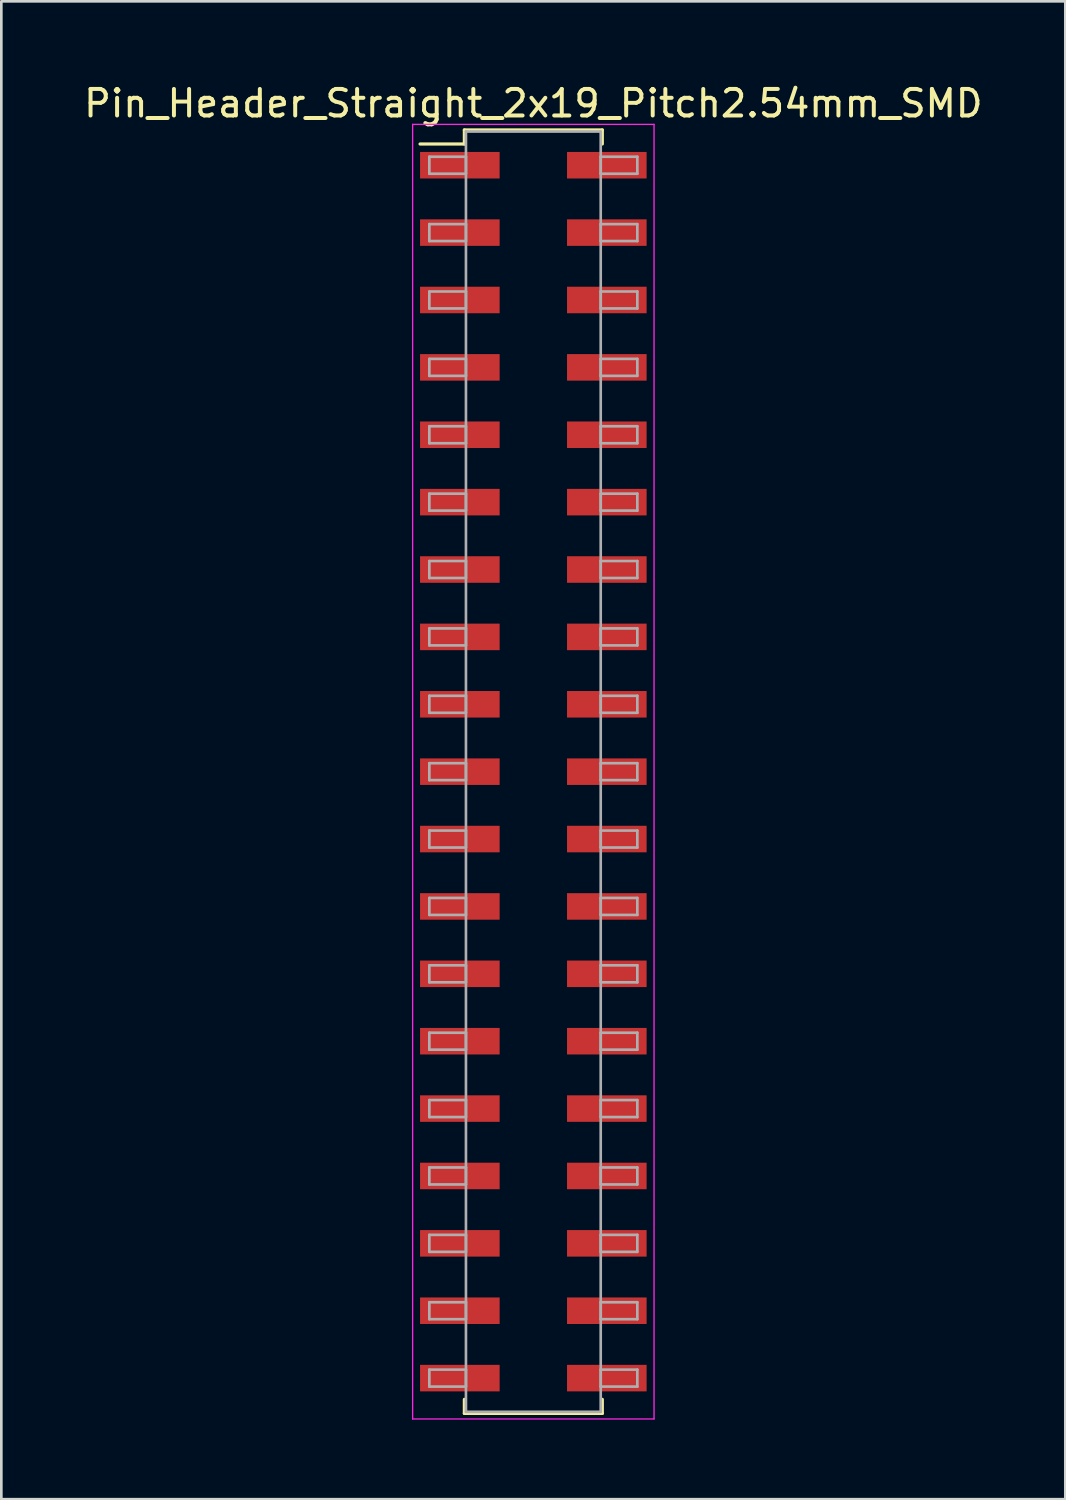
<source format=kicad_pcb>
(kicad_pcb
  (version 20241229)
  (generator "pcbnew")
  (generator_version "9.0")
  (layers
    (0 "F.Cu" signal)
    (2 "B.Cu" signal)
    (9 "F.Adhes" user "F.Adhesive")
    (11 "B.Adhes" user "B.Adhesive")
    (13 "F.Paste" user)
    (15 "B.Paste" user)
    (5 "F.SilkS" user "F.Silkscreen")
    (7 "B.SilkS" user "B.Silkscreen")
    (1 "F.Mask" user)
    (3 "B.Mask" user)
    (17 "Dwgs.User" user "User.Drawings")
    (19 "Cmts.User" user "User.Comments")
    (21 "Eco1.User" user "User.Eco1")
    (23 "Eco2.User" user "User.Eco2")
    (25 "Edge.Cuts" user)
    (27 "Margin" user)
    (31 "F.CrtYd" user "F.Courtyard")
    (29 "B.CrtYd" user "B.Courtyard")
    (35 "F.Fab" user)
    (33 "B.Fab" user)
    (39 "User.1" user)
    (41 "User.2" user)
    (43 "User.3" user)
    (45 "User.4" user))
  (footprint "Pin_Header_Straight_2x19_Pitch2.54mm_SMD"
    (layer "F.Cu")
    (at 17.054 26.038)
    (property "Reference" "Pin_Header_Straight_2x19_Pitch2.54mm_SMD" (at 0 -25.19 0) (layer "F.SilkS") (effects (font (size 1 1) (thickness 0.15))))
    (attr smd)
    (fp_line (start -4.27 -23.66) (end -2.6 -23.66) (stroke (width 0.12) (type solid)) (layer "F.SilkS"))
    (fp_line (start -2.6 -24.19) (end 2.6 -24.19) (stroke (width 0.12) (type solid)) (layer "F.SilkS"))
    (fp_line (start -2.6 -23.66) (end -2.6 -24.19) (stroke (width 0.12) (type solid)) (layer "F.SilkS"))
    (fp_line (start -2.6 23.66) (end -2.6 24.19) (stroke (width 0.12) (type solid)) (layer "F.SilkS"))
    (fp_line (start -2.6 24.19) (end 2.6 24.19) (stroke (width 0.12) (type solid)) (layer "F.SilkS"))
    (fp_line (start 2.6 -24.19) (end 2.6 -23.66) (stroke (width 0.12) (type solid)) (layer "F.SilkS"))
    (fp_line (start 2.6 24.19) (end 2.6 23.66) (stroke (width 0.12) (type solid)) (layer "F.SilkS"))
    (fp_line (start -4.55 -24.4) (end -4.55 24.4) (stroke (width 0.05) (type solid)) (layer "F.CrtYd"))
    (fp_line (start -4.55 24.4) (end 4.55 24.4) (stroke (width 0.05) (type solid)) (layer "F.CrtYd"))
    (fp_line (start 4.55 -24.4) (end -4.55 -24.4) (stroke (width 0.05) (type solid)) (layer "F.CrtYd"))
    (fp_line (start 4.55 24.4) (end 4.55 -24.4) (stroke (width 0.05) (type solid)) (layer "F.CrtYd"))
    (fp_line (start -3.92 -23.18) (end -2.54 -23.18) (stroke (width 0.1) (type solid)) (layer "F.Fab"))
    (fp_line (start -3.92 -22.54) (end -3.92 -23.18) (stroke (width 0.1) (type solid)) (layer "F.Fab"))
    (fp_line (start -3.92 -20.64) (end -2.54 -20.64) (stroke (width 0.1) (type solid)) (layer "F.Fab"))
    (fp_line (start -3.92 -20) (end -3.92 -20.64) (stroke (width 0.1) (type solid)) (layer "F.Fab"))
    (fp_line (start -3.92 -18.1) (end -2.54 -18.1) (stroke (width 0.1) (type solid)) (layer "F.Fab"))
    (fp_line (start -3.92 -17.46) (end -3.92 -18.1) (stroke (width 0.1) (type solid)) (layer "F.Fab"))
    (fp_line (start -3.92 -15.56) (end -2.54 -15.56) (stroke (width 0.1) (type solid)) (layer "F.Fab"))
    (fp_line (start -3.92 -14.92) (end -3.92 -15.56) (stroke (width 0.1) (type solid)) (layer "F.Fab"))
    (fp_line (start -3.92 -13.02) (end -2.54 -13.02) (stroke (width 0.1) (type solid)) (layer "F.Fab"))
    (fp_line (start -3.92 -12.38) (end -3.92 -13.02) (stroke (width 0.1) (type solid)) (layer "F.Fab"))
    (fp_line (start -3.92 -10.48) (end -2.54 -10.48) (stroke (width 0.1) (type solid)) (layer "F.Fab"))
    (fp_line (start -3.92 -9.84) (end -3.92 -10.48) (stroke (width 0.1) (type solid)) (layer "F.Fab"))
    (fp_line (start -3.92 -7.94) (end -2.54 -7.94) (stroke (width 0.1) (type solid)) (layer "F.Fab"))
    (fp_line (start -3.92 -7.3) (end -3.92 -7.94) (stroke (width 0.1) (type solid)) (layer "F.Fab"))
    (fp_line (start -3.92 -5.4) (end -2.54 -5.4) (stroke (width 0.1) (type solid)) (layer "F.Fab"))
    (fp_line (start -3.92 -4.76) (end -3.92 -5.4) (stroke (width 0.1) (type solid)) (layer "F.Fab"))
    (fp_line (start -3.92 -2.86) (end -2.54 -2.86) (stroke (width 0.1) (type solid)) (layer "F.Fab"))
    (fp_line (start -3.92 -2.22) (end -3.92 -2.86) (stroke (width 0.1) (type solid)) (layer "F.Fab"))
    (fp_line (start -3.92 -0.32) (end -2.54 -0.32) (stroke (width 0.1) (type solid)) (layer "F.Fab"))
    (fp_line (start -3.92 0.32) (end -3.92 -0.32) (stroke (width 0.1) (type solid)) (layer "F.Fab"))
    (fp_line (start -3.92 2.22) (end -2.54 2.22) (stroke (width 0.1) (type solid)) (layer "F.Fab"))
    (fp_line (start -3.92 2.86) (end -3.92 2.22) (stroke (width 0.1) (type solid)) (layer "F.Fab"))
    (fp_line (start -3.92 4.76) (end -2.54 4.76) (stroke (width 0.1) (type solid)) (layer "F.Fab"))
    (fp_line (start -3.92 5.4) (end -3.92 4.76) (stroke (width 0.1) (type solid)) (layer "F.Fab"))
    (fp_line (start -3.92 7.3) (end -2.54 7.3) (stroke (width 0.1) (type solid)) (layer "F.Fab"))
    (fp_line (start -3.92 7.94) (end -3.92 7.3) (stroke (width 0.1) (type solid)) (layer "F.Fab"))
    (fp_line (start -3.92 9.84) (end -2.54 9.84) (stroke (width 0.1) (type solid)) (layer "F.Fab"))
    (fp_line (start -3.92 10.48) (end -3.92 9.84) (stroke (width 0.1) (type solid)) (layer "F.Fab"))
    (fp_line (start -3.92 12.38) (end -2.54 12.38) (stroke (width 0.1) (type solid)) (layer "F.Fab"))
    (fp_line (start -3.92 13.02) (end -3.92 12.38) (stroke (width 0.1) (type solid)) (layer "F.Fab"))
    (fp_line (start -3.92 14.92) (end -2.54 14.92) (stroke (width 0.1) (type solid)) (layer "F.Fab"))
    (fp_line (start -3.92 15.56) (end -3.92 14.92) (stroke (width 0.1) (type solid)) (layer "F.Fab"))
    (fp_line (start -3.92 17.46) (end -2.54 17.46) (stroke (width 0.1) (type solid)) (layer "F.Fab"))
    (fp_line (start -3.92 18.1) (end -3.92 17.46) (stroke (width 0.1) (type solid)) (layer "F.Fab"))
    (fp_line (start -3.92 20) (end -2.54 20) (stroke (width 0.1) (type solid)) (layer "F.Fab"))
    (fp_line (start -3.92 20.64) (end -3.92 20) (stroke (width 0.1) (type solid)) (layer "F.Fab"))
    (fp_line (start -3.92 22.54) (end -2.54 22.54) (stroke (width 0.1) (type solid)) (layer "F.Fab"))
    (fp_line (start -3.92 23.18) (end -3.92 22.54) (stroke (width 0.1) (type solid)) (layer "F.Fab"))
    (fp_line (start -2.54 -24.13) (end -2.54 24.13) (stroke (width 0.1) (type solid)) (layer "F.Fab"))
    (fp_line (start -2.54 -23.18) (end -2.54 -22.54) (stroke (width 0.1) (type solid)) (layer "F.Fab"))
    (fp_line (start -2.54 -22.54) (end -3.92 -22.54) (stroke (width 0.1) (type solid)) (layer "F.Fab"))
    (fp_line (start -2.54 -20.64) (end -2.54 -20) (stroke (width 0.1) (type solid)) (layer "F.Fab"))
    (fp_line (start -2.54 -20) (end -3.92 -20) (stroke (width 0.1) (type solid)) (layer "F.Fab"))
    (fp_line (start -2.54 -18.1) (end -2.54 -17.46) (stroke (width 0.1) (type solid)) (layer "F.Fab"))
    (fp_line (start -2.54 -17.46) (end -3.92 -17.46) (stroke (width 0.1) (type solid)) (layer "F.Fab"))
    (fp_line (start -2.54 -15.56) (end -2.54 -14.92) (stroke (width 0.1) (type solid)) (layer "F.Fab"))
    (fp_line (start -2.54 -14.92) (end -3.92 -14.92) (stroke (width 0.1) (type solid)) (layer "F.Fab"))
    (fp_line (start -2.54 -13.02) (end -2.54 -12.38) (stroke (width 0.1) (type solid)) (layer "F.Fab"))
    (fp_line (start -2.54 -12.38) (end -3.92 -12.38) (stroke (width 0.1) (type solid)) (layer "F.Fab"))
    (fp_line (start -2.54 -10.48) (end -2.54 -9.84) (stroke (width 0.1) (type solid)) (layer "F.Fab"))
    (fp_line (start -2.54 -9.84) (end -3.92 -9.84) (stroke (width 0.1) (type solid)) (layer "F.Fab"))
    (fp_line (start -2.54 -7.94) (end -2.54 -7.3) (stroke (width 0.1) (type solid)) (layer "F.Fab"))
    (fp_line (start -2.54 -7.3) (end -3.92 -7.3) (stroke (width 0.1) (type solid)) (layer "F.Fab"))
    (fp_line (start -2.54 -5.4) (end -2.54 -4.76) (stroke (width 0.1) (type solid)) (layer "F.Fab"))
    (fp_line (start -2.54 -4.76) (end -3.92 -4.76) (stroke (width 0.1) (type solid)) (layer "F.Fab"))
    (fp_line (start -2.54 -2.86) (end -2.54 -2.22) (stroke (width 0.1) (type solid)) (layer "F.Fab"))
    (fp_line (start -2.54 -2.22) (end -3.92 -2.22) (stroke (width 0.1) (type solid)) (layer "F.Fab"))
    (fp_line (start -2.54 -0.32) (end -2.54 0.32) (stroke (width 0.1) (type solid)) (layer "F.Fab"))
    (fp_line (start -2.54 0.32) (end -3.92 0.32) (stroke (width 0.1) (type solid)) (layer "F.Fab"))
    (fp_line (start -2.54 2.22) (end -2.54 2.86) (stroke (width 0.1) (type solid)) (layer "F.Fab"))
    (fp_line (start -2.54 2.86) (end -3.92 2.86) (stroke (width 0.1) (type solid)) (layer "F.Fab"))
    (fp_line (start -2.54 4.76) (end -2.54 5.4) (stroke (width 0.1) (type solid)) (layer "F.Fab"))
    (fp_line (start -2.54 5.4) (end -3.92 5.4) (stroke (width 0.1) (type solid)) (layer "F.Fab"))
    (fp_line (start -2.54 7.3) (end -2.54 7.94) (stroke (width 0.1) (type solid)) (layer "F.Fab"))
    (fp_line (start -2.54 7.94) (end -3.92 7.94) (stroke (width 0.1) (type solid)) (layer "F.Fab"))
    (fp_line (start -2.54 9.84) (end -2.54 10.48) (stroke (width 0.1) (type solid)) (layer "F.Fab"))
    (fp_line (start -2.54 10.48) (end -3.92 10.48) (stroke (width 0.1) (type solid)) (layer "F.Fab"))
    (fp_line (start -2.54 12.38) (end -2.54 13.02) (stroke (width 0.1) (type solid)) (layer "F.Fab"))
    (fp_line (start -2.54 13.02) (end -3.92 13.02) (stroke (width 0.1) (type solid)) (layer "F.Fab"))
    (fp_line (start -2.54 14.92) (end -2.54 15.56) (stroke (width 0.1) (type solid)) (layer "F.Fab"))
    (fp_line (start -2.54 15.56) (end -3.92 15.56) (stroke (width 0.1) (type solid)) (layer "F.Fab"))
    (fp_line (start -2.54 17.46) (end -2.54 18.1) (stroke (width 0.1) (type solid)) (layer "F.Fab"))
    (fp_line (start -2.54 18.1) (end -3.92 18.1) (stroke (width 0.1) (type solid)) (layer "F.Fab"))
    (fp_line (start -2.54 20) (end -2.54 20.64) (stroke (width 0.1) (type solid)) (layer "F.Fab"))
    (fp_line (start -2.54 20.64) (end -3.92 20.64) (stroke (width 0.1) (type solid)) (layer "F.Fab"))
    (fp_line (start -2.54 22.54) (end -2.54 23.18) (stroke (width 0.1) (type solid)) (layer "F.Fab"))
    (fp_line (start -2.54 23.18) (end -3.92 23.18) (stroke (width 0.1) (type solid)) (layer "F.Fab"))
    (fp_line (start -2.54 24.13) (end 2.54 24.13) (stroke (width 0.1) (type solid)) (layer "F.Fab"))
    (fp_line (start 2.54 -24.13) (end -2.54 -24.13) (stroke (width 0.1) (type solid)) (layer "F.Fab"))
    (fp_line (start 2.54 -23.18) (end 2.54 -22.54) (stroke (width 0.1) (type solid)) (layer "F.Fab"))
    (fp_line (start 2.54 -22.54) (end 3.92 -22.54) (stroke (width 0.1) (type solid)) (layer "F.Fab"))
    (fp_line (start 2.54 -20.64) (end 2.54 -20) (stroke (width 0.1) (type solid)) (layer "F.Fab"))
    (fp_line (start 2.54 -20) (end 3.92 -20) (stroke (width 0.1) (type solid)) (layer "F.Fab"))
    (fp_line (start 2.54 -18.1) (end 2.54 -17.46) (stroke (width 0.1) (type solid)) (layer "F.Fab"))
    (fp_line (start 2.54 -17.46) (end 3.92 -17.46) (stroke (width 0.1) (type solid)) (layer "F.Fab"))
    (fp_line (start 2.54 -15.56) (end 2.54 -14.92) (stroke (width 0.1) (type solid)) (layer "F.Fab"))
    (fp_line (start 2.54 -14.92) (end 3.92 -14.92) (stroke (width 0.1) (type solid)) (layer "F.Fab"))
    (fp_line (start 2.54 -13.02) (end 2.54 -12.38) (stroke (width 0.1) (type solid)) (layer "F.Fab"))
    (fp_line (start 2.54 -12.38) (end 3.92 -12.38) (stroke (width 0.1) (type solid)) (layer "F.Fab"))
    (fp_line (start 2.54 -10.48) (end 2.54 -9.84) (stroke (width 0.1) (type solid)) (layer "F.Fab"))
    (fp_line (start 2.54 -9.84) (end 3.92 -9.84) (stroke (width 0.1) (type solid)) (layer "F.Fab"))
    (fp_line (start 2.54 -7.94) (end 2.54 -7.3) (stroke (width 0.1) (type solid)) (layer "F.Fab"))
    (fp_line (start 2.54 -7.3) (end 3.92 -7.3) (stroke (width 0.1) (type solid)) (layer "F.Fab"))
    (fp_line (start 2.54 -5.4) (end 2.54 -4.76) (stroke (width 0.1) (type solid)) (layer "F.Fab"))
    (fp_line (start 2.54 -4.76) (end 3.92 -4.76) (stroke (width 0.1) (type solid)) (layer "F.Fab"))
    (fp_line (start 2.54 -2.86) (end 2.54 -2.22) (stroke (width 0.1) (type solid)) (layer "F.Fab"))
    (fp_line (start 2.54 -2.22) (end 3.92 -2.22) (stroke (width 0.1) (type solid)) (layer "F.Fab"))
    (fp_line (start 2.54 -0.32) (end 2.54 0.32) (stroke (width 0.1) (type solid)) (layer "F.Fab"))
    (fp_line (start 2.54 0.32) (end 3.92 0.32) (stroke (width 0.1) (type solid)) (layer "F.Fab"))
    (fp_line (start 2.54 2.22) (end 2.54 2.86) (stroke (width 0.1) (type solid)) (layer "F.Fab"))
    (fp_line (start 2.54 2.86) (end 3.92 2.86) (stroke (width 0.1) (type solid)) (layer "F.Fab"))
    (fp_line (start 2.54 4.76) (end 2.54 5.4) (stroke (width 0.1) (type solid)) (layer "F.Fab"))
    (fp_line (start 2.54 5.4) (end 3.92 5.4) (stroke (width 0.1) (type solid)) (layer "F.Fab"))
    (fp_line (start 2.54 7.3) (end 2.54 7.94) (stroke (width 0.1) (type solid)) (layer "F.Fab"))
    (fp_line (start 2.54 7.94) (end 3.92 7.94) (stroke (width 0.1) (type solid)) (layer "F.Fab"))
    (fp_line (start 2.54 9.84) (end 2.54 10.48) (stroke (width 0.1) (type solid)) (layer "F.Fab"))
    (fp_line (start 2.54 10.48) (end 3.92 10.48) (stroke (width 0.1) (type solid)) (layer "F.Fab"))
    (fp_line (start 2.54 12.38) (end 2.54 13.02) (stroke (width 0.1) (type solid)) (layer "F.Fab"))
    (fp_line (start 2.54 13.02) (end 3.92 13.02) (stroke (width 0.1) (type solid)) (layer "F.Fab"))
    (fp_line (start 2.54 14.92) (end 2.54 15.56) (stroke (width 0.1) (type solid)) (layer "F.Fab"))
    (fp_line (start 2.54 15.56) (end 3.92 15.56) (stroke (width 0.1) (type solid)) (layer "F.Fab"))
    (fp_line (start 2.54 17.46) (end 2.54 18.1) (stroke (width 0.1) (type solid)) (layer "F.Fab"))
    (fp_line (start 2.54 18.1) (end 3.92 18.1) (stroke (width 0.1) (type solid)) (layer "F.Fab"))
    (fp_line (start 2.54 20) (end 2.54 20.64) (stroke (width 0.1) (type solid)) (layer "F.Fab"))
    (fp_line (start 2.54 20.64) (end 3.92 20.64) (stroke (width 0.1) (type solid)) (layer "F.Fab"))
    (fp_line (start 2.54 22.54) (end 2.54 23.18) (stroke (width 0.1) (type solid)) (layer "F.Fab"))
    (fp_line (start 2.54 23.18) (end 3.92 23.18) (stroke (width 0.1) (type solid)) (layer "F.Fab"))
    (fp_line (start 2.54 24.13) (end 2.54 -24.13) (stroke (width 0.1) (type solid)) (layer "F.Fab"))
    (fp_line (start 3.92 -23.18) (end 2.54 -23.18) (stroke (width 0.1) (type solid)) (layer "F.Fab"))
    (fp_line (start 3.92 -22.54) (end 3.92 -23.18) (stroke (width 0.1) (type solid)) (layer "F.Fab"))
    (fp_line (start 3.92 -20.64) (end 2.54 -20.64) (stroke (width 0.1) (type solid)) (layer "F.Fab"))
    (fp_line (start 3.92 -20) (end 3.92 -20.64) (stroke (width 0.1) (type solid)) (layer "F.Fab"))
    (fp_line (start 3.92 -18.1) (end 2.54 -18.1) (stroke (width 0.1) (type solid)) (layer "F.Fab"))
    (fp_line (start 3.92 -17.46) (end 3.92 -18.1) (stroke (width 0.1) (type solid)) (layer "F.Fab"))
    (fp_line (start 3.92 -15.56) (end 2.54 -15.56) (stroke (width 0.1) (type solid)) (layer "F.Fab"))
    (fp_line (start 3.92 -14.92) (end 3.92 -15.56) (stroke (width 0.1) (type solid)) (layer "F.Fab"))
    (fp_line (start 3.92 -13.02) (end 2.54 -13.02) (stroke (width 0.1) (type solid)) (layer "F.Fab"))
    (fp_line (start 3.92 -12.38) (end 3.92 -13.02) (stroke (width 0.1) (type solid)) (layer "F.Fab"))
    (fp_line (start 3.92 -10.48) (end 2.54 -10.48) (stroke (width 0.1) (type solid)) (layer "F.Fab"))
    (fp_line (start 3.92 -9.84) (end 3.92 -10.48) (stroke (width 0.1) (type solid)) (layer "F.Fab"))
    (fp_line (start 3.92 -7.94) (end 2.54 -7.94) (stroke (width 0.1) (type solid)) (layer "F.Fab"))
    (fp_line (start 3.92 -7.3) (end 3.92 -7.94) (stroke (width 0.1) (type solid)) (layer "F.Fab"))
    (fp_line (start 3.92 -5.4) (end 2.54 -5.4) (stroke (width 0.1) (type solid)) (layer "F.Fab"))
    (fp_line (start 3.92 -4.76) (end 3.92 -5.4) (stroke (width 0.1) (type solid)) (layer "F.Fab"))
    (fp_line (start 3.92 -2.86) (end 2.54 -2.86) (stroke (width 0.1) (type solid)) (layer "F.Fab"))
    (fp_line (start 3.92 -2.22) (end 3.92 -2.86) (stroke (width 0.1) (type solid)) (layer "F.Fab"))
    (fp_line (start 3.92 -0.32) (end 2.54 -0.32) (stroke (width 0.1) (type solid)) (layer "F.Fab"))
    (fp_line (start 3.92 0.32) (end 3.92 -0.32) (stroke (width 0.1) (type solid)) (layer "F.Fab"))
    (fp_line (start 3.92 2.22) (end 2.54 2.22) (stroke (width 0.1) (type solid)) (layer "F.Fab"))
    (fp_line (start 3.92 2.86) (end 3.92 2.22) (stroke (width 0.1) (type solid)) (layer "F.Fab"))
    (fp_line (start 3.92 4.76) (end 2.54 4.76) (stroke (width 0.1) (type solid)) (layer "F.Fab"))
    (fp_line (start 3.92 5.4) (end 3.92 4.76) (stroke (width 0.1) (type solid)) (layer "F.Fab"))
    (fp_line (start 3.92 7.3) (end 2.54 7.3) (stroke (width 0.1) (type solid)) (layer "F.Fab"))
    (fp_line (start 3.92 7.94) (end 3.92 7.3) (stroke (width 0.1) (type solid)) (layer "F.Fab"))
    (fp_line (start 3.92 9.84) (end 2.54 9.84) (stroke (width 0.1) (type solid)) (layer "F.Fab"))
    (fp_line (start 3.92 10.48) (end 3.92 9.84) (stroke (width 0.1) (type solid)) (layer "F.Fab"))
    (fp_line (start 3.92 12.38) (end 2.54 12.38) (stroke (width 0.1) (type solid)) (layer "F.Fab"))
    (fp_line (start 3.92 13.02) (end 3.92 12.38) (stroke (width 0.1) (type solid)) (layer "F.Fab"))
    (fp_line (start 3.92 14.92) (end 2.54 14.92) (stroke (width 0.1) (type solid)) (layer "F.Fab"))
    (fp_line (start 3.92 15.56) (end 3.92 14.92) (stroke (width 0.1) (type solid)) (layer "F.Fab"))
    (fp_line (start 3.92 17.46) (end 2.54 17.46) (stroke (width 0.1) (type solid)) (layer "F.Fab"))
    (fp_line (start 3.92 18.1) (end 3.92 17.46) (stroke (width 0.1) (type solid)) (layer "F.Fab"))
    (fp_line (start 3.92 20) (end 2.54 20) (stroke (width 0.1) (type solid)) (layer "F.Fab"))
    (fp_line (start 3.92 20.64) (end 3.92 20) (stroke (width 0.1) (type solid)) (layer "F.Fab"))
    (fp_line (start 3.92 22.54) (end 2.54 22.54) (stroke (width 0.1) (type solid)) (layer "F.Fab"))
    (fp_line (start 3.92 23.18) (end 3.92 22.54) (stroke (width 0.1) (type solid)) (layer "F.Fab"))
    (pad "1" smd rect (at -2.77 -22.86) (size 3 1) (layers "F.Cu" "F.Mask"))
    (pad "2" smd rect (at 2.77 -22.86) (size 3 1) (layers "F.Cu" "F.Mask"))
    (pad "3" smd rect (at -2.77 -20.32) (size 3 1) (layers "F.Cu" "F.Mask"))
    (pad "4" smd rect (at 2.77 -20.32) (size 3 1) (layers "F.Cu" "F.Mask"))
    (pad "5" smd rect (at -2.77 -17.78) (size 3 1) (layers "F.Cu" "F.Mask"))
    (pad "6" smd rect (at 2.77 -17.78) (size 3 1) (layers "F.Cu" "F.Mask"))
    (pad "7" smd rect (at -2.77 -15.24) (size 3 1) (layers "F.Cu" "F.Mask"))
    (pad "8" smd rect (at 2.77 -15.24) (size 3 1) (layers "F.Cu" "F.Mask"))
    (pad "9" smd rect (at -2.77 -12.7) (size 3 1) (layers "F.Cu" "F.Mask"))
    (pad "10" smd rect (at 2.77 -12.7) (size 3 1) (layers "F.Cu" "F.Mask"))
    (pad "11" smd rect (at -2.77 -10.16) (size 3 1) (layers "F.Cu" "F.Mask"))
    (pad "12" smd rect (at 2.77 -10.16) (size 3 1) (layers "F.Cu" "F.Mask"))
    (pad "13" smd rect (at -2.77 -7.62) (size 3 1) (layers "F.Cu" "F.Mask"))
    (pad "14" smd rect (at 2.77 -7.62) (size 3 1) (layers "F.Cu" "F.Mask"))
    (pad "15" smd rect (at -2.77 -5.08) (size 3 1) (layers "F.Cu" "F.Mask"))
    (pad "16" smd rect (at 2.77 -5.08) (size 3 1) (layers "F.Cu" "F.Mask"))
    (pad "17" smd rect (at -2.77 -2.54) (size 3 1) (layers "F.Cu" "F.Mask"))
    (pad "18" smd rect (at 2.77 -2.54) (size 3 1) (layers "F.Cu" "F.Mask"))
    (pad "19" smd rect (at -2.77 0) (size 3 1) (layers "F.Cu" "F.Mask"))
    (pad "20" smd rect (at 2.77 0) (size 3 1) (layers "F.Cu" "F.Mask"))
    (pad "21" smd rect (at -2.77 2.54) (size 3 1) (layers "F.Cu" "F.Mask"))
    (pad "22" smd rect (at 2.77 2.54) (size 3 1) (layers "F.Cu" "F.Mask"))
    (pad "23" smd rect (at -2.77 5.08) (size 3 1) (layers "F.Cu" "F.Mask"))
    (pad "24" smd rect (at 2.77 5.08) (size 3 1) (layers "F.Cu" "F.Mask"))
    (pad "25" smd rect (at -2.77 7.62) (size 3 1) (layers "F.Cu" "F.Mask"))
    (pad "26" smd rect (at 2.77 7.62) (size 3 1) (layers "F.Cu" "F.Mask"))
    (pad "27" smd rect (at -2.77 10.16) (size 3 1) (layers "F.Cu" "F.Mask"))
    (pad "28" smd rect (at 2.77 10.16) (size 3 1) (layers "F.Cu" "F.Mask"))
    (pad "29" smd rect (at -2.77 12.7) (size 3 1) (layers "F.Cu" "F.Mask"))
    (pad "30" smd rect (at 2.77 12.7) (size 3 1) (layers "F.Cu" "F.Mask"))
    (pad "31" smd rect (at -2.77 15.24) (size 3 1) (layers "F.Cu" "F.Mask"))
    (pad "32" smd rect (at 2.77 15.24) (size 3 1) (layers "F.Cu" "F.Mask"))
    (pad "33" smd rect (at -2.77 17.78) (size 3 1) (layers "F.Cu" "F.Mask"))
    (pad "34" smd rect (at 2.77 17.78) (size 3 1) (layers "F.Cu" "F.Mask"))
    (pad "35" smd rect (at -2.77 20.32) (size 3 1) (layers "F.Cu" "F.Mask"))
    (pad "36" smd rect (at 2.77 20.32) (size 3 1) (layers "F.Cu" "F.Mask"))
    (pad "37" smd rect (at -2.77 22.86) (size 3 1) (layers "F.Cu" "F.Mask"))
    (pad "38" smd rect (at 2.77 22.86) (size 3 1) (layers "F.Cu" "F.Mask")))
  (gr_rect
    (start -3 -3)
    (end 37.107 53.463)
    (stroke (width 0.1) (type default))
    (fill no)
    (layer "Edge.Cuts")))
</source>
